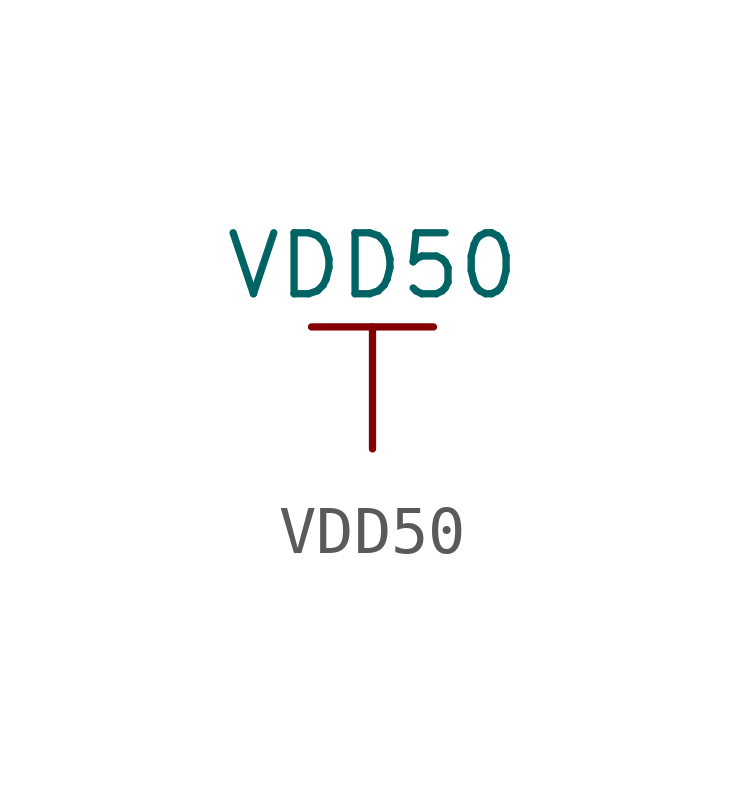
<source format=kicad_sym>
(kicad_symbol_lib
  (version 20211014)
  (generator kicad_symbol_editor)
  (symbol "VDD50"
    (power)
    (pin_names
      (offset 0))
    (property "Reference" "#PWR"
      (at 0 -3.81 0)
      (effects (font (size 1.27 1.27)) hide))
    (property "Value" "VDD50"
      (at 0 3.81 0)
      (effects (font (size 1.27 1.27))))
    (symbol "VDD50_0_1"
      (polyline (pts (xy -1.27 2.54) (xy 1.27 2.54)) (stroke (width 0.152) (type default) (color 0 0 0 0)) (fill (type none)))
      (polyline (pts (xy 0 0) (xy 0 2.54)) (stroke (width 0.152) (type default) (color 0 0 0 0)) (fill (type none))))
    (symbol "VDD50_1_1"
      (pin power_in line (at 0 0 90) (length 0) hide (name "VDD50" (effects (font (size 1.27 1.27)))) (number "1" (effects (font (size 1.27 1.27))))))))
</source>
